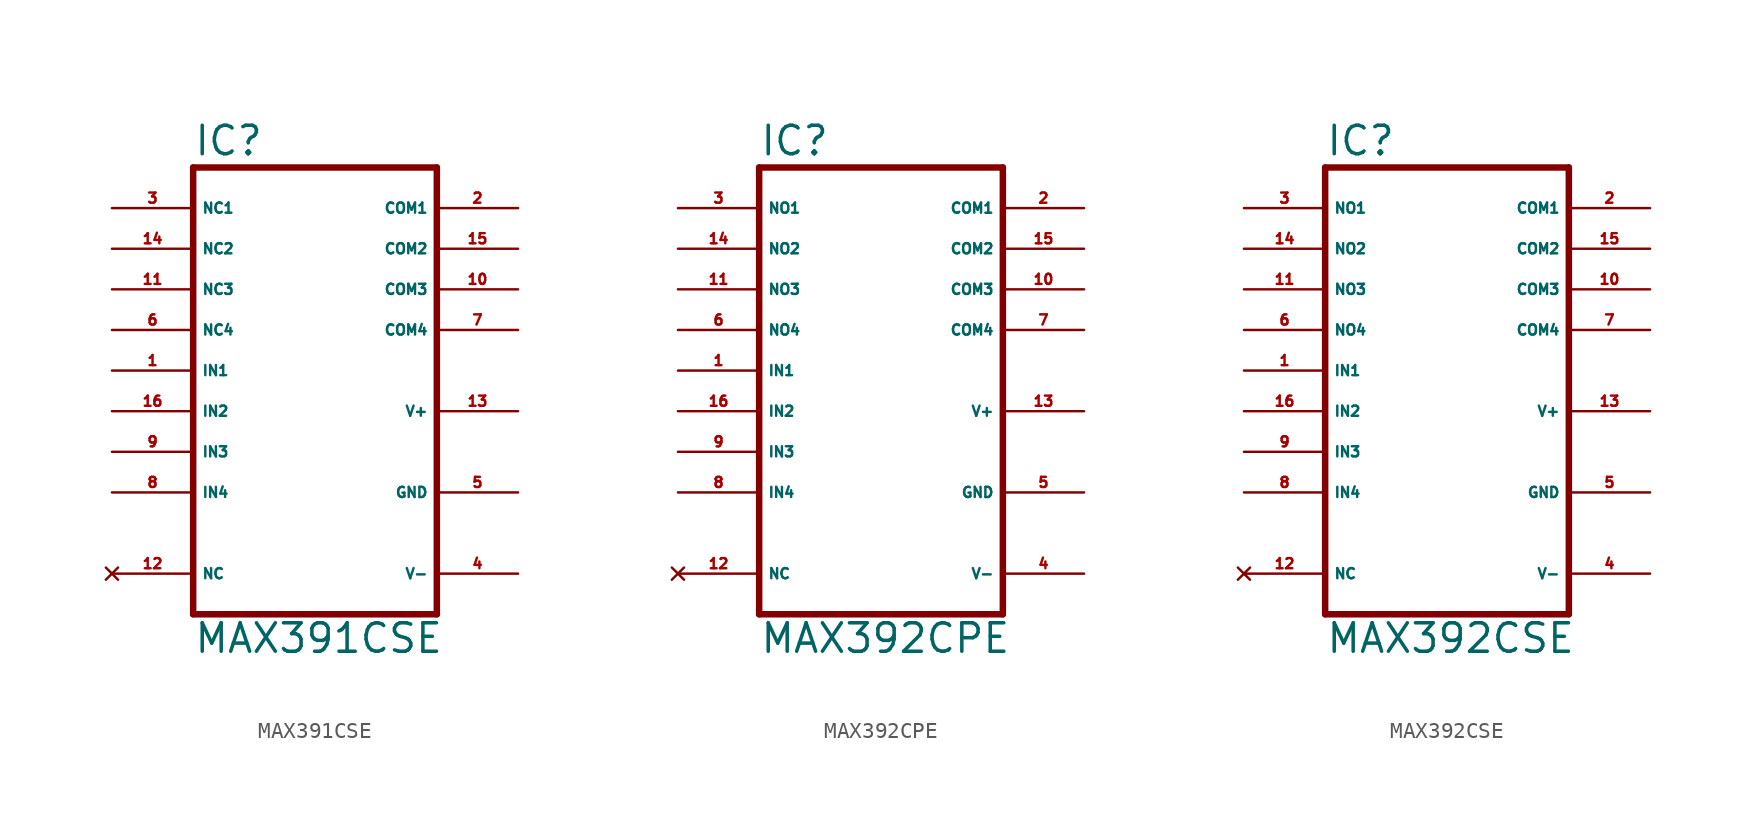
<source format=kicad_sym>
(kicad_symbol_lib
  (version 20220914)
  (generator Eagle2Kicad)
  (symbol "MAX391CSE"
    (property "Reference" "IC"
      (at -7.62 13.335 0)
      (effects (font (size 1.778 1.778) (thickness 0.22)) (justify left bottom)))
    (property "Value" "MAX391CSE"
      (at -7.62 -17.78 0)
      (effects (font (size 1.778 1.778) (thickness 0.22)) (justify left bottom)))
    (polyline
      (pts (xy -7.62 -15.24) (xy 7.62 -15.24))
      (stroke (width 0.406) (type default))
      (fill (type none)))
    (polyline
      (pts (xy 7.62 -15.24) (xy 7.62 12.7))
      (stroke (width 0.406) (type default))
      (fill (type none)))
    (polyline
      (pts (xy 7.62 12.7) (xy -7.62 12.7))
      (stroke (width 0.406) (type default))
      (fill (type none)))
    (polyline
      (pts (xy -7.62 12.7) (xy -7.62 -15.24))
      (stroke (width 0.406) (type default))
      (fill (type none)))
    (pin input line
      (at -12.7 0 0)
      (length 5.08)
      (name "IN1" (effects (font (size 0.635 0.635) (thickness 0.08)) (justify left bottom)))
      (number "1" (effects (font (size 0.635 0.635) (thickness 0.08)) (justify left bottom))))
    (pin input line
      (at -12.7 -2.54 0)
      (length 5.08)
      (name "IN2" (effects (font (size 0.635 0.635) (thickness 0.08)) (justify left bottom)))
      (number "16" (effects (font (size 0.635 0.635) (thickness 0.08)) (justify left bottom))))
    (pin input line
      (at -12.7 -5.08 0)
      (length 5.08)
      (name "IN3" (effects (font (size 0.635 0.635) (thickness 0.08)) (justify left bottom)))
      (number "9" (effects (font (size 0.635 0.635) (thickness 0.08)) (justify left bottom))))
    (pin input line
      (at -12.7 -7.62 0)
      (length 5.08)
      (name "IN4" (effects (font (size 0.635 0.635) (thickness 0.08)) (justify left bottom)))
      (number "8" (effects (font (size 0.635 0.635) (thickness 0.08)) (justify left bottom))))
    (pin passive line
      (at 12.7 10.16 180)
      (length 5.08)
      (name "COM1" (effects (font (size 0.635 0.635) (thickness 0.08)) (justify left bottom)))
      (number "2" (effects (font (size 0.635 0.635) (thickness 0.08)) (justify left bottom))))
    (pin passive line
      (at 12.7 7.62 180)
      (length 5.08)
      (name "COM2" (effects (font (size 0.635 0.635) (thickness 0.08)) (justify left bottom)))
      (number "15" (effects (font (size 0.635 0.635) (thickness 0.08)) (justify left bottom))))
    (pin unspecified line
      (at 12.7 -2.54 180)
      (length 5.08)
      (name "V+" (effects (font (size 0.635 0.635) (thickness 0.08)) (justify left bottom)))
      (number "13" (effects (font (size 0.635 0.635) (thickness 0.08)) (justify left bottom))))
    (pin unspecified line
      (at 12.7 -7.62 180)
      (length 5.08)
      (name "GND" (effects (font (size 0.635 0.635) (thickness 0.08)) (justify left bottom)))
      (number "5" (effects (font (size 0.635 0.635) (thickness 0.08)) (justify left bottom))))
    (pin unspecified line
      (at 12.7 -12.7 180)
      (length 5.08)
      (name "V-" (effects (font (size 0.635 0.635) (thickness 0.08)) (justify left bottom)))
      (number "4" (effects (font (size 0.635 0.635) (thickness 0.08)) (justify left bottom))))
    (pin no_connect line
      (at -12.7 -12.7 0)
      (length 5.08)
      (name "NC" (effects (font (size 0.635 0.635) (thickness 0.08)) (justify left bottom) hide))
      (number "12" (effects (font (size 0.635 0.635) (thickness 0.08)) (justify left bottom) hide)))
    (pin passive line
      (at -12.7 5.08 0)
      (length 5.08)
      (name "NC3" (effects (font (size 0.635 0.635) (thickness 0.08)) (justify left bottom)))
      (number "11" (effects (font (size 0.635 0.635) (thickness 0.08)) (justify left bottom))))
    (pin passive line
      (at -12.7 2.54 0)
      (length 5.08)
      (name "NC4" (effects (font (size 0.635 0.635) (thickness 0.08)) (justify left bottom)))
      (number "6" (effects (font (size 0.635 0.635) (thickness 0.08)) (justify left bottom))))
    (pin passive line
      (at -12.7 10.16 0)
      (length 5.08)
      (name "NC1" (effects (font (size 0.635 0.635) (thickness 0.08)) (justify left bottom)))
      (number "3" (effects (font (size 0.635 0.635) (thickness 0.08)) (justify left bottom))))
    (pin passive line
      (at -12.7 7.62 0)
      (length 5.08)
      (name "NC2" (effects (font (size 0.635 0.635) (thickness 0.08)) (justify left bottom)))
      (number "14" (effects (font (size 0.635 0.635) (thickness 0.08)) (justify left bottom))))
    (pin passive line
      (at 12.7 5.08 180)
      (length 5.08)
      (name "COM3" (effects (font (size 0.635 0.635) (thickness 0.08)) (justify left bottom)))
      (number "10" (effects (font (size 0.635 0.635) (thickness 0.08)) (justify left bottom))))
    (pin passive line
      (at 12.7 2.54 180)
      (length 5.08)
      (name "COM4" (effects (font (size 0.635 0.635) (thickness 0.08)) (justify left bottom)))
      (number "7" (effects (font (size 0.635 0.635) (thickness 0.08)) (justify left bottom)))))
  (symbol "MAX392CPE"
    (property "Reference" "IC"
      (at -7.62 13.335 0)
      (effects (font (size 1.778 1.778) (thickness 0.22)) (justify left bottom)))
    (property "Value" "MAX392CPE"
      (at -7.62 -17.78 0)
      (effects (font (size 1.778 1.778) (thickness 0.22)) (justify left bottom)))
    (polyline
      (pts (xy -7.62 -15.24) (xy 7.62 -15.24))
      (stroke (width 0.406) (type default))
      (fill (type none)))
    (polyline
      (pts (xy 7.62 -15.24) (xy 7.62 12.7))
      (stroke (width 0.406) (type default))
      (fill (type none)))
    (polyline
      (pts (xy 7.62 12.7) (xy -7.62 12.7))
      (stroke (width 0.406) (type default))
      (fill (type none)))
    (polyline
      (pts (xy -7.62 12.7) (xy -7.62 -15.24))
      (stroke (width 0.406) (type default))
      (fill (type none)))
    (pin input line
      (at -12.7 0 0)
      (length 5.08)
      (name "IN1" (effects (font (size 0.635 0.635) (thickness 0.08)) (justify left bottom)))
      (number "1" (effects (font (size 0.635 0.635) (thickness 0.08)) (justify left bottom))))
    (pin input line
      (at -12.7 -2.54 0)
      (length 5.08)
      (name "IN2" (effects (font (size 0.635 0.635) (thickness 0.08)) (justify left bottom)))
      (number "16" (effects (font (size 0.635 0.635) (thickness 0.08)) (justify left bottom))))
    (pin input line
      (at -12.7 -5.08 0)
      (length 5.08)
      (name "IN3" (effects (font (size 0.635 0.635) (thickness 0.08)) (justify left bottom)))
      (number "9" (effects (font (size 0.635 0.635) (thickness 0.08)) (justify left bottom))))
    (pin input line
      (at -12.7 -7.62 0)
      (length 5.08)
      (name "IN4" (effects (font (size 0.635 0.635) (thickness 0.08)) (justify left bottom)))
      (number "8" (effects (font (size 0.635 0.635) (thickness 0.08)) (justify left bottom))))
    (pin passive line
      (at 12.7 10.16 180)
      (length 5.08)
      (name "COM1" (effects (font (size 0.635 0.635) (thickness 0.08)) (justify left bottom)))
      (number "2" (effects (font (size 0.635 0.635) (thickness 0.08)) (justify left bottom))))
    (pin passive line
      (at 12.7 7.62 180)
      (length 5.08)
      (name "COM2" (effects (font (size 0.635 0.635) (thickness 0.08)) (justify left bottom)))
      (number "15" (effects (font (size 0.635 0.635) (thickness 0.08)) (justify left bottom))))
    (pin unspecified line
      (at 12.7 -2.54 180)
      (length 5.08)
      (name "V+" (effects (font (size 0.635 0.635) (thickness 0.08)) (justify left bottom)))
      (number "13" (effects (font (size 0.635 0.635) (thickness 0.08)) (justify left bottom))))
    (pin unspecified line
      (at 12.7 -7.62 180)
      (length 5.08)
      (name "GND" (effects (font (size 0.635 0.635) (thickness 0.08)) (justify left bottom)))
      (number "5" (effects (font (size 0.635 0.635) (thickness 0.08)) (justify left bottom))))
    (pin unspecified line
      (at 12.7 -12.7 180)
      (length 5.08)
      (name "V-" (effects (font (size 0.635 0.635) (thickness 0.08)) (justify left bottom)))
      (number "4" (effects (font (size 0.635 0.635) (thickness 0.08)) (justify left bottom))))
    (pin no_connect line
      (at -12.7 -12.7 0)
      (length 5.08)
      (name "NC" (effects (font (size 0.635 0.635) (thickness 0.08)) (justify left bottom) hide))
      (number "12" (effects (font (size 0.635 0.635) (thickness 0.08)) (justify left bottom) hide)))
    (pin passive line
      (at -12.7 5.08 0)
      (length 5.08)
      (name "NO3" (effects (font (size 0.635 0.635) (thickness 0.08)) (justify left bottom)))
      (number "11" (effects (font (size 0.635 0.635) (thickness 0.08)) (justify left bottom))))
    (pin passive line
      (at -12.7 2.54 0)
      (length 5.08)
      (name "NO4" (effects (font (size 0.635 0.635) (thickness 0.08)) (justify left bottom)))
      (number "6" (effects (font (size 0.635 0.635) (thickness 0.08)) (justify left bottom))))
    (pin passive line
      (at -12.7 10.16 0)
      (length 5.08)
      (name "NO1" (effects (font (size 0.635 0.635) (thickness 0.08)) (justify left bottom)))
      (number "3" (effects (font (size 0.635 0.635) (thickness 0.08)) (justify left bottom))))
    (pin passive line
      (at -12.7 7.62 0)
      (length 5.08)
      (name "NO2" (effects (font (size 0.635 0.635) (thickness 0.08)) (justify left bottom)))
      (number "14" (effects (font (size 0.635 0.635) (thickness 0.08)) (justify left bottom))))
    (pin passive line
      (at 12.7 5.08 180)
      (length 5.08)
      (name "COM3" (effects (font (size 0.635 0.635) (thickness 0.08)) (justify left bottom)))
      (number "10" (effects (font (size 0.635 0.635) (thickness 0.08)) (justify left bottom))))
    (pin passive line
      (at 12.7 2.54 180)
      (length 5.08)
      (name "COM4" (effects (font (size 0.635 0.635) (thickness 0.08)) (justify left bottom)))
      (number "7" (effects (font (size 0.635 0.635) (thickness 0.08)) (justify left bottom)))))
  (symbol "MAX392CSE"
    (property "Reference" "IC"
      (at -7.62 13.335 0)
      (effects (font (size 1.778 1.778) (thickness 0.22)) (justify left bottom)))
    (property "Value" "MAX392CSE"
      (at -7.62 -17.78 0)
      (effects (font (size 1.778 1.778) (thickness 0.22)) (justify left bottom)))
    (polyline
      (pts (xy -7.62 -15.24) (xy 7.62 -15.24))
      (stroke (width 0.406) (type default))
      (fill (type none)))
    (polyline
      (pts (xy 7.62 -15.24) (xy 7.62 12.7))
      (stroke (width 0.406) (type default))
      (fill (type none)))
    (polyline
      (pts (xy 7.62 12.7) (xy -7.62 12.7))
      (stroke (width 0.406) (type default))
      (fill (type none)))
    (polyline
      (pts (xy -7.62 12.7) (xy -7.62 -15.24))
      (stroke (width 0.406) (type default))
      (fill (type none)))
    (pin input line
      (at -12.7 0 0)
      (length 5.08)
      (name "IN1" (effects (font (size 0.635 0.635) (thickness 0.08)) (justify left bottom)))
      (number "1" (effects (font (size 0.635 0.635) (thickness 0.08)) (justify left bottom))))
    (pin input line
      (at -12.7 -2.54 0)
      (length 5.08)
      (name "IN2" (effects (font (size 0.635 0.635) (thickness 0.08)) (justify left bottom)))
      (number "16" (effects (font (size 0.635 0.635) (thickness 0.08)) (justify left bottom))))
    (pin input line
      (at -12.7 -5.08 0)
      (length 5.08)
      (name "IN3" (effects (font (size 0.635 0.635) (thickness 0.08)) (justify left bottom)))
      (number "9" (effects (font (size 0.635 0.635) (thickness 0.08)) (justify left bottom))))
    (pin input line
      (at -12.7 -7.62 0)
      (length 5.08)
      (name "IN4" (effects (font (size 0.635 0.635) (thickness 0.08)) (justify left bottom)))
      (number "8" (effects (font (size 0.635 0.635) (thickness 0.08)) (justify left bottom))))
    (pin passive line
      (at 12.7 10.16 180)
      (length 5.08)
      (name "COM1" (effects (font (size 0.635 0.635) (thickness 0.08)) (justify left bottom)))
      (number "2" (effects (font (size 0.635 0.635) (thickness 0.08)) (justify left bottom))))
    (pin passive line
      (at 12.7 7.62 180)
      (length 5.08)
      (name "COM2" (effects (font (size 0.635 0.635) (thickness 0.08)) (justify left bottom)))
      (number "15" (effects (font (size 0.635 0.635) (thickness 0.08)) (justify left bottom))))
    (pin unspecified line
      (at 12.7 -2.54 180)
      (length 5.08)
      (name "V+" (effects (font (size 0.635 0.635) (thickness 0.08)) (justify left bottom)))
      (number "13" (effects (font (size 0.635 0.635) (thickness 0.08)) (justify left bottom))))
    (pin unspecified line
      (at 12.7 -7.62 180)
      (length 5.08)
      (name "GND" (effects (font (size 0.635 0.635) (thickness 0.08)) (justify left bottom)))
      (number "5" (effects (font (size 0.635 0.635) (thickness 0.08)) (justify left bottom))))
    (pin unspecified line
      (at 12.7 -12.7 180)
      (length 5.08)
      (name "V-" (effects (font (size 0.635 0.635) (thickness 0.08)) (justify left bottom)))
      (number "4" (effects (font (size 0.635 0.635) (thickness 0.08)) (justify left bottom))))
    (pin no_connect line
      (at -12.7 -12.7 0)
      (length 5.08)
      (name "NC" (effects (font (size 0.635 0.635) (thickness 0.08)) (justify left bottom) hide))
      (number "12" (effects (font (size 0.635 0.635) (thickness 0.08)) (justify left bottom) hide)))
    (pin passive line
      (at -12.7 5.08 0)
      (length 5.08)
      (name "NO3" (effects (font (size 0.635 0.635) (thickness 0.08)) (justify left bottom)))
      (number "11" (effects (font (size 0.635 0.635) (thickness 0.08)) (justify left bottom))))
    (pin passive line
      (at -12.7 2.54 0)
      (length 5.08)
      (name "NO4" (effects (font (size 0.635 0.635) (thickness 0.08)) (justify left bottom)))
      (number "6" (effects (font (size 0.635 0.635) (thickness 0.08)) (justify left bottom))))
    (pin passive line
      (at -12.7 10.16 0)
      (length 5.08)
      (name "NO1" (effects (font (size 0.635 0.635) (thickness 0.08)) (justify left bottom)))
      (number "3" (effects (font (size 0.635 0.635) (thickness 0.08)) (justify left bottom))))
    (pin passive line
      (at -12.7 7.62 0)
      (length 5.08)
      (name "NO2" (effects (font (size 0.635 0.635) (thickness 0.08)) (justify left bottom)))
      (number "14" (effects (font (size 0.635 0.635) (thickness 0.08)) (justify left bottom))))
    (pin passive line
      (at 12.7 5.08 180)
      (length 5.08)
      (name "COM3" (effects (font (size 0.635 0.635) (thickness 0.08)) (justify left bottom)))
      (number "10" (effects (font (size 0.635 0.635) (thickness 0.08)) (justify left bottom))))
    (pin passive line
      (at 12.7 2.54 180)
      (length 5.08)
      (name "COM4" (effects (font (size 0.635 0.635) (thickness 0.08)) (justify left bottom)))
      (number "7" (effects (font (size 0.635 0.635) (thickness 0.08)) (justify left bottom))))))
</source>
